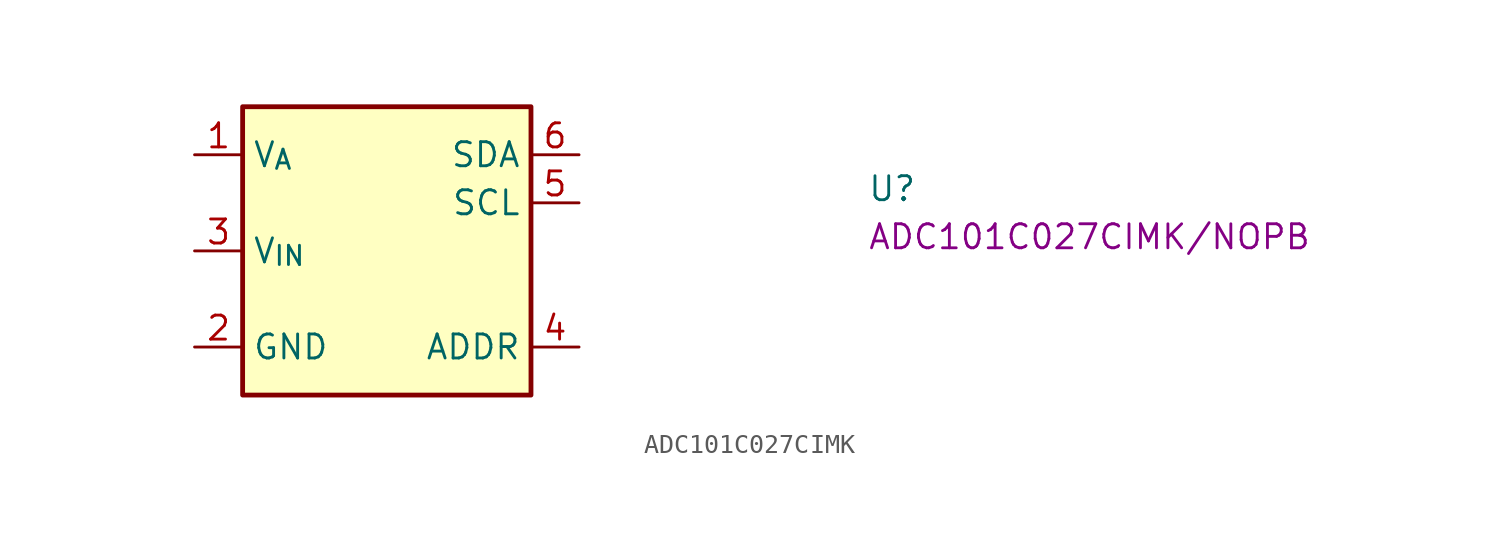
<source format=kicad_sym>
(kicad_symbol_lib
  (version 20220914)
  (generator kicad_symbol_editor)
  (symbol "ADC101C027CIMK"
    (property "Reference" "U"
      (at 35.56 -2.54 0)
      (effects (font (size 1.27 1.27) (thickness 0.15)) (justify left bottom)))
    (property "MPN" "ADC101C027CIMK/NOPB"
      (at 35.56 -5.08 0)
      (effects (font (size 1.27 1.27) (thickness 0.15)) (justify left bottom)))
    (symbol "ADC101C027CIMK_1_1"
      (rectangle (start 2.54 2.54) (end 17.78 -12.7) (stroke (width 0.254) (type default)) (fill (type background)))
      (pin power_in line (at 0 0 0) (length 2.54) (name "V_{A}" (effects (font (size 1.27 1.27)))) (number "1" (effects (font (size 1.27 1.27)))))
      (pin power_in line (at 0 -10.16 0) (length 2.54) (name "GND" (effects (font (size 1.27 1.27)))) (number "2" (effects (font (size 1.27 1.27)))))
      (pin input line (at 0 -5.08 0) (length 2.54) (name "V_{IN}" (effects (font (size 1.27 1.27)))) (number "3" (effects (font (size 1.27 1.27)))))
      (pin input line (at 20.32 -10.16 180) (length 2.54) (name "ADDR" (effects (font (size 1.27 1.27)))) (number "4" (effects (font (size 1.27 1.27)))))
      (pin input line (at 20.32 -2.54 180) (length 2.54) (name "SCL" (effects (font (size 1.27 1.27)))) (number "5" (effects (font (size 1.27 1.27)))))
      (pin bidirectional line (at 20.32 0 180) (length 2.54) (name "SDA" (effects (font (size 1.27 1.27)))) (number "6" (effects (font (size 1.27 1.27))))))))
</source>
